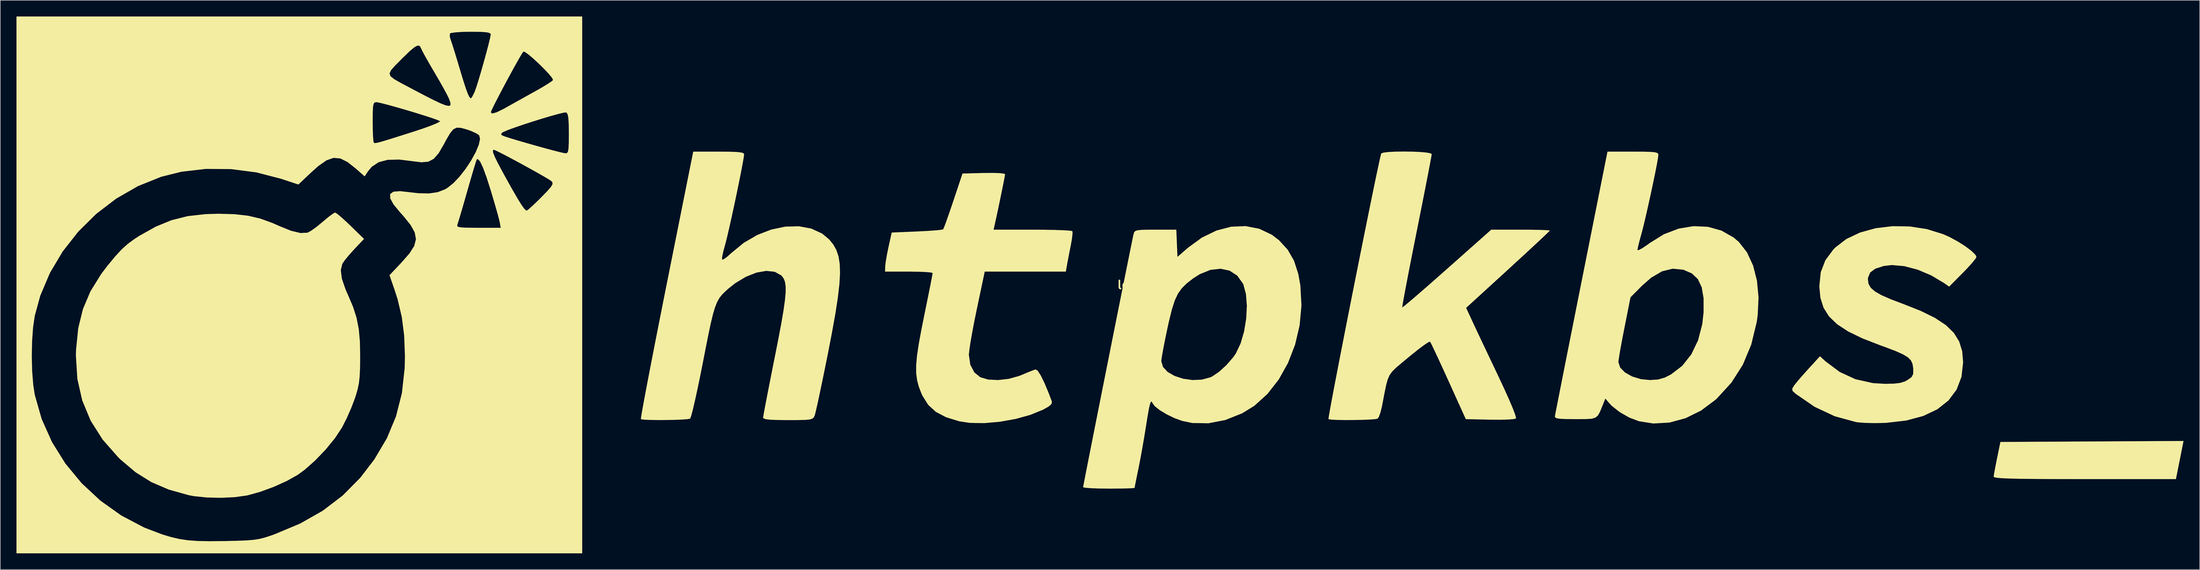
<source format=kicad_pcb>
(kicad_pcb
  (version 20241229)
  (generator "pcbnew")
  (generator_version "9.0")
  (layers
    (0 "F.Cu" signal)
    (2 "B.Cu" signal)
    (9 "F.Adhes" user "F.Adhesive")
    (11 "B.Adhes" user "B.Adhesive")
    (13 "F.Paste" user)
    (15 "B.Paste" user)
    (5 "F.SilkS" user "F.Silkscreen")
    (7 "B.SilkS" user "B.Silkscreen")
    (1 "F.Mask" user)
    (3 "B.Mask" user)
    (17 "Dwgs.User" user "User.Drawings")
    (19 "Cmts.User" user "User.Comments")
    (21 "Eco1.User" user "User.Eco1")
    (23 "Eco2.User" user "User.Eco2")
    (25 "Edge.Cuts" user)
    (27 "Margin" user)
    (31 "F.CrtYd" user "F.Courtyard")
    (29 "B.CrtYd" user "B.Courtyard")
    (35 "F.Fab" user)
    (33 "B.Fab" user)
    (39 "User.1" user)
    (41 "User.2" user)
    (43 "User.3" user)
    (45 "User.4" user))
  (footprint "logo"
    (layer "F.Cu")
    (at 206.38 49.747)
    (property "Reference" "logo" (at 0 0 0) (layer "F.SilkS") (effects (font (size 1.524 1.524) (thickness 0.3))))
    (attr through_hole)
    (fp_poly (pts (xy 193.575 35.983) (xy 176.692 35.983) (xy 172.646 35.98) (xy 169.256 35.968) (xy 166.475 35.947) (xy 164.252 35.915) (xy 162.541 35.871) (xy 161.291 35.814) (xy 160.454 35.742) (xy 159.982 35.655) (xy 159.825 35.551) (xy 159.824 35.542) (xy 159.899 35.013) (xy 160.086 33.982) (xy 160.348 32.638) (xy 160.457 32.103) (xy 161.073 29.104) (xy 178.028 29.013) (xy 194.984 28.921) (xy 193.575 35.983)) (stroke (width 0.01) (type solid)) (fill yes) (layer "F.SilkS"))
    (fp_poly (pts (xy -146.982 -13.173) (xy -146.227 -12.548) (xy -145.224 -11.637) (xy -144.52 -10.964) (xy -142.014 -8.522) (xy -143.801 -6.633) (xy -144.753 -5.578) (xy -145.551 -4.607) (xy -146.026 -3.926) (xy -146.033 -3.912) (xy -146.317 -2.729) (xy -146.11 -1.132) (xy -145.404 0.911) (xy -145.007 1.805) (xy -144.059 4.023) (xy -143.399 6.076) (xy -142.985 8.179) (xy -142.774 10.546) (xy -142.725 13.393) (xy -142.725 13.406) (xy -142.752 15.47) (xy -142.826 17.028) (xy -142.971 18.276) (xy -143.213 19.412) (xy -143.576 20.636) (xy -143.693 20.99) (xy -144.37 22.777) (xy -145.233 24.733) (xy -146.084 26.414) (xy -147.379 28.381) (xy -149.093 30.482) (xy -151.033 32.51) (xy -153.002 34.254) (xy -154.281 35.187) (xy -156.295 36.32) (xy -158.713 37.412) (xy -161.235 38.341) (xy -163.566 38.987) (xy -163.64 39.003) (xy -165.858 39.319) (xy -168.436 39.448) (xy -171.076 39.39) (xy -173.477 39.147) (xy -174.449 38.967) (xy -178.165 37.926) (xy -181.396 36.54) (xy -184.319 34.714) (xy -187.107 32.354) (xy -187.536 31.937) (xy -190.421 28.652) (xy -192.636 25.154) (xy -194.192 21.415) (xy -195.099 17.41) (xy -195.369 13.11) (xy -195.338 11.994) (xy -194.937 8.031) (xy -194.068 4.482) (xy -192.671 1.186) (xy -190.685 -2.019) (xy -189.507 -3.57) (xy -188.086 -5.288) (xy -186.891 -6.58) (xy -185.753 -7.605) (xy -184.503 -8.521) (xy -183.621 -9.09) (xy -180.59 -10.788) (xy -177.671 -11.986) (xy -174.654 -12.743) (xy -171.332 -13.117) (xy -168.981 -13.182) (xy -166.008 -13.102) (xy -163.494 -12.818) (xy -161.212 -12.284) (xy -158.931 -11.454) (xy -157.771 -10.938) (xy -155.541 -10.03) (xy -153.789 -9.611) (xy -152.49 -9.674) (xy -152.42 -9.695) (xy -151.794 -10.038) (xy -150.847 -10.718) (xy -149.774 -11.595) (xy -149.689 -11.669) (xy -148.687 -12.508) (xy -147.87 -13.125) (xy -147.395 -13.401) (xy -147.364 -13.406) (xy -146.982 -13.173)) (stroke (width 0.01) (type solid)) (fill yes) (layer "F.SilkS"))
    (fp_poly (pts (xy 144.273 -10.83) (xy 147.446 -10.339) (xy 150.467 -9.397) (xy 151.704 -8.843) (xy 153.209 -8.023) (xy 154.584 -7.145) (xy 155.699 -6.304) (xy 156.423 -5.599) (xy 156.633 -5.182) (xy 156.398 -4.776) (xy 155.764 -4.003) (xy 154.838 -2.989) (xy 154.103 -2.232) (xy 151.574 0.315) (xy 150.664 -0.327) (xy 148.281 -1.757) (xy 145.763 -2.823) (xy 143.269 -3.481) (xy 140.96 -3.684) (xy 139.476 -3.517) (xy 137.894 -3.005) (xy 136.938 -2.293) (xy 136.544 -1.324) (xy 136.525 -1.004) (xy 136.644 -0.187) (xy 137.052 0.534) (xy 137.83 1.216) (xy 139.057 1.913) (xy 140.811 2.68) (xy 143.051 3.529) (xy 146.32 4.821) (xy 148.938 6.11) (xy 150.961 7.449) (xy 152.44 8.889) (xy 153.431 10.484) (xy 153.987 12.283) (xy 154.16 14.323) (xy 153.857 17.035) (xy 152.949 19.402) (xy 151.455 21.408) (xy 149.393 23.04) (xy 146.781 24.283) (xy 143.638 25.125) (xy 139.981 25.551) (xy 139.524 25.573) (xy 137.795 25.605) (xy 136.127 25.571) (xy 134.779 25.476) (xy 134.323 25.412) (xy 130.389 24.337) (xy 126.658 22.586) (xy 123.142 20.17) (xy 122.574 19.646) (xy 122.518 19.22) (xy 122.865 18.647) (xy 123.369 18.006) (xy 124.201 17.029) (xy 125.209 15.894) (xy 125.547 15.522) (xy 127.649 13.229) (xy 128.647 14.143) (xy 131.308 16.137) (xy 134.237 17.487) (xy 137.462 18.204) (xy 139.7 18.336) (xy 141.355 18.301) (xy 142.511 18.164) (xy 143.373 17.892) (xy 143.865 17.631) (xy 144.614 17.093) (xy 144.919 16.518) (xy 144.933 15.593) (xy 144.923 15.462) (xy 144.803 14.662) (xy 144.512 14.007) (xy 143.958 13.431) (xy 143.048 12.871) (xy 141.69 12.262) (xy 139.789 11.538) (xy 138.781 11.175) (xy 135.496 9.897) (xy 132.861 8.616) (xy 130.821 7.278) (xy 129.323 5.831) (xy 128.313 4.222) (xy 127.736 2.398) (xy 127.539 0.307) (xy 127.538 0.176) (xy 127.805 -2.367) (xy 128.659 -4.578) (xy 130.153 -6.585) (xy 130.462 -6.903) (xy 132.537 -8.501) (xy 135.079 -9.704) (xy 137.965 -10.501) (xy 141.071 -10.88) (xy 144.273 -10.83)) (stroke (width 0.01) (type solid)) (fill yes) (layer "F.SilkS"))
    (fp_poly (pts (xy -24.217 -20.705) (xy -23.451 -20.603) (xy -23.283 -20.501) (xy -23.352 -20.067) (xy -23.538 -19.094) (xy -23.81 -17.736) (xy -24.136 -16.143) (xy -24.486 -14.468) (xy -24.828 -12.862) (xy -25.131 -11.477) (xy -25.233 -11.024) (xy -25.413 -10.231) (xy -18.196 -10.231) (xy -16.012 -10.218) (xy -14.077 -10.182) (xy -12.498 -10.127) (xy -11.384 -10.057) (xy -10.841 -9.976) (xy -10.807 -9.955) (xy -10.786 -9.492) (xy -10.895 -8.549) (xy -11.099 -7.397) (xy -11.384 -5.963) (xy -11.647 -4.595) (xy -11.794 -3.792) (xy -12.026 -2.469) (xy -27.048 -2.469) (xy -28.519 4.498) (xy -28.974 6.729) (xy -29.372 8.822) (xy -29.689 10.643) (xy -29.902 12.057) (xy -29.988 12.931) (xy -29.988 12.982) (xy -29.721 14.797) (xy -28.961 16.226) (xy -27.881 17.104) (xy -26.435 17.54) (xy -24.6 17.638) (xy -22.599 17.411) (xy -20.655 16.869) (xy -20.285 16.721) (xy -19.104 16.228) (xy -18.135 15.841) (xy -17.639 15.66) (xy -17.243 15.898) (xy -16.683 16.756) (xy -15.987 18.174) (xy -15.186 20.094) (xy -14.622 21.587) (xy -14.655 22.024) (xy -15.15 22.496) (xy -16.209 23.098) (xy -16.232 23.109) (xy -18.584 24.074) (xy -21.319 24.832) (xy -24.232 25.352) (xy -27.12 25.607) (xy -29.778 25.569) (xy -31.75 25.273) (xy -34.215 24.511) (xy -36.1 23.522) (xy -37.518 22.222) (xy -38.579 20.532) (xy -38.775 20.101) (xy -39.248 18.873) (xy -39.569 17.669) (xy -39.735 16.382) (xy -39.743 14.907) (xy -39.588 13.14) (xy -39.267 10.975) (xy -38.777 8.309) (xy -38.314 5.997) (xy -37.849 3.719) (xy -37.437 1.674) (xy -37.095 -0.039) (xy -36.846 -1.317) (xy -36.709 -2.061) (xy -36.688 -2.205) (xy -37.019 -2.305) (xy -37.922 -2.388) (xy -39.263 -2.445) (xy -40.908 -2.469) (xy -41.099 -2.469) (xy -45.508 -2.469) (xy -45.475 -3.44) (xy -45.382 -4.258) (xy -45.172 -5.506) (xy -44.886 -6.926) (xy -44.857 -7.056) (xy -44.274 -9.701) (xy -39.609 -9.898) (xy -37.866 -9.985) (xy -36.388 -10.084) (xy -35.314 -10.184) (xy -34.779 -10.274) (xy -34.748 -10.29) (xy -34.573 -10.677) (xy -34.222 -11.613) (xy -33.738 -12.976) (xy -33.164 -14.646) (xy -32.856 -15.562) (xy -31.16 -20.637) (xy -27.222 -20.737) (xy -25.509 -20.752) (xy -24.217 -20.705)) (stroke (width 0.01) (type solid)) (fill yes) (layer "F.SilkS"))
    (fp_poly (pts (xy 94.926 -24.686) (xy 96.246 -24.65) (xy 97.076 -24.574) (xy 97.525 -24.444) (xy 97.7 -24.247) (xy 97.719 -24.105) (xy 97.644 -23.49) (xy 97.435 -22.321) (xy 97.123 -20.73) (xy 96.735 -18.851) (xy 96.301 -16.816) (xy 95.847 -14.757) (xy 95.404 -12.807) (xy 95 -11.1) (xy 94.663 -9.768) (xy 94.548 -9.35) (xy 94.199 -8.079) (xy 93.946 -7.051) (xy 93.84 -6.474) (xy 93.839 -6.453) (xy 94.093 -6.451) (xy 94.771 -6.816) (xy 95.745 -7.475) (xy 96.141 -7.768) (xy 98.749 -9.386) (xy 101.474 -10.425) (xy 104.221 -10.884) (xy 106.898 -10.763) (xy 109.411 -10.059) (xy 111.666 -8.773) (xy 112.637 -7.942) (xy 114.135 -6.023) (xy 115.256 -3.601) (xy 115.975 -0.782) (xy 116.268 2.326) (xy 116.112 5.617) (xy 115.931 6.887) (xy 114.919 11.058) (xy 113.359 14.794) (xy 111.239 18.118) (xy 108.545 21.058) (xy 108.295 21.286) (xy 105.626 23.281) (xy 102.755 24.696) (xy 99.777 25.504) (xy 96.787 25.678) (xy 94.122 25.259) (xy 92.336 24.579) (xy 90.561 23.57) (xy 89.087 22.405) (xy 88.664 21.957) (xy 87.899 21.051) (xy 87.345 22.432) (xy 86.919 23.477) (xy 86.543 24.171) (xy 86.07 24.586) (xy 85.351 24.793) (xy 84.241 24.864) (xy 82.59 24.871) (xy 82.335 24.871) (xy 80.618 24.856) (xy 79.494 24.803) (xy 78.854 24.694) (xy 78.586 24.515) (xy 78.561 24.342) (xy 78.64 23.915) (xy 78.845 22.854) (xy 79.167 21.214) (xy 79.593 19.054) (xy 80.111 16.429) (xy 80.53 14.314) (xy 90.311 14.314) (xy 90.641 15.318) (xy 91.537 16.231) (xy 92.862 16.974) (xy 94.476 17.467) (xy 96.132 17.633) (xy 97.659 17.537) (xy 98.92 17.174) (xy 100.058 16.595) (xy 102.142 15.001) (xy 103.826 12.87) (xy 105.076 10.27) (xy 105.856 7.268) (xy 106.098 5.081) (xy 106.098 2.479) (xy 105.755 0.449) (xy 105.041 -1.068) (xy 103.928 -2.132) (xy 102.386 -2.8) (xy 102.324 -2.817) (xy 100.367 -3.009) (xy 98.398 -2.524) (xy 96.397 -1.353) (xy 94.725 0.115) (xy 92.556 2.293) (xy 91.433 7.938) (xy 91.053 9.895) (xy 90.727 11.651) (xy 90.481 13.071) (xy 90.338 14.02) (xy 90.311 14.314) (xy 80.53 14.314) (xy 80.712 13.397) (xy 81.383 10.015) (xy 82.114 6.34) (xy 82.892 2.428) (xy 83.464 -0.441) (xy 88.299 -24.694) (xy 93.009 -24.694) (xy 94.926 -24.686)) (stroke (width 0.01) (type solid)) (fill yes) (layer "F.SilkS"))
    (fp_poly (pts (xy 52.165 -24.692) (xy 53.615 -24.626) (xy 54.796 -24.52) (xy 55.549 -24.376) (xy 55.739 -24.243) (xy 55.672 -23.808) (xy 55.479 -22.758) (xy 55.177 -21.169) (xy 54.78 -19.116) (xy 54.302 -16.676) (xy 53.758 -13.926) (xy 53.164 -10.941) (xy 52.949 -9.867) (xy 52.345 -6.834) (xy 51.791 -4.023) (xy 51.303 -1.508) (xy 50.893 0.638) (xy 50.576 2.342) (xy 50.366 3.528) (xy 50.278 4.123) (xy 50.278 4.179) (xy 50.561 3.984) (xy 51.305 3.375) (xy 52.447 2.406) (xy 53.922 1.132) (xy 55.665 -0.39) (xy 57.612 -2.105) (xy 58.582 -2.965) (xy 66.767 -10.231) (xy 72.189 -10.231) (xy 74.055 -10.221) (xy 75.643 -10.195) (xy 76.834 -10.155) (xy 77.506 -10.105) (xy 77.611 -10.074) (xy 77.361 -9.806) (xy 76.653 -9.123) (xy 75.551 -8.085) (xy 74.12 -6.752) (xy 72.423 -5.184) (xy 70.525 -3.44) (xy 69.863 -2.834) (xy 62.114 4.25) (xy 63.293 6.799) (xy 63.792 7.869) (xy 64.533 9.444) (xy 65.454 11.392) (xy 66.492 13.581) (xy 67.584 15.881) (xy 68.066 16.893) (xy 69.162 19.234) (xy 70.069 21.253) (xy 70.757 22.878) (xy 71.197 24.04) (xy 71.36 24.668) (xy 71.344 24.753) (xy 70.888 24.865) (xy 69.873 24.944) (xy 68.443 24.982) (xy 66.743 24.974) (xy 66.541 24.97) (xy 62.055 24.871) (xy 58.862 17.815) (xy 57.919 15.743) (xy 57.065 13.889) (xy 56.346 12.349) (xy 55.806 11.219) (xy 55.49 10.596) (xy 55.436 10.509) (xy 55.097 10.632) (xy 54.328 11.141) (xy 53.232 11.962) (xy 51.911 13.019) (xy 51.441 13.409) (xy 50.103 14.518) (xy 49.119 15.353) (xy 48.417 16.049) (xy 47.924 16.741) (xy 47.568 17.563) (xy 47.276 18.649) (xy 46.974 20.133) (xy 46.591 22.15) (xy 46.526 22.49) (xy 46.248 23.629) (xy 45.939 24.473) (xy 45.732 24.777) (xy 45.252 24.873) (xy 44.25 24.949) (xy 42.894 25.003) (xy 41.352 25.034) (xy 39.792 25.041) (xy 38.382 25.02) (xy 37.291 24.972) (xy 36.686 24.894) (xy 36.624 24.865) (xy 36.664 24.502) (xy 36.83 23.514) (xy 37.11 21.97) (xy 37.491 19.936) (xy 37.96 17.48) (xy 38.502 14.67) (xy 39.104 11.572) (xy 39.754 8.253) (xy 40.437 4.782) (xy 41.141 1.225) (xy 41.852 -2.35) (xy 42.556 -5.876) (xy 43.241 -9.286) (xy 43.892 -12.512) (xy 44.498 -15.487) (xy 45.043 -18.143) (xy 45.515 -20.415) (xy 45.901 -22.233) (xy 46.187 -23.531) (xy 46.359 -24.241) (xy 46.397 -24.352) (xy 46.826 -24.515) (xy 47.775 -24.629) (xy 49.087 -24.695) (xy 50.603 -24.715) (xy 52.165 -24.692)) (stroke (width 0.01) (type solid)) (fill yes) (layer "F.SilkS"))
    (fp_poly (pts (xy -74.334 -24.679) (xy -72.958 -24.627) (xy -72.108 -24.53) (xy -71.693 -24.378) (xy -71.614 -24.229) (xy -71.687 -23.623) (xy -71.891 -22.453) (xy -72.198 -20.844) (xy -72.582 -18.92) (xy -73.018 -16.805) (xy -73.479 -14.624) (xy -73.939 -12.502) (xy -74.373 -10.561) (xy -74.753 -8.928) (xy -75.054 -7.726) (xy -75.159 -7.352) (xy -75.491 -6.121) (xy -75.684 -5.17) (xy -75.701 -4.682) (xy -75.688 -4.663) (xy -75.347 -4.774) (xy -74.674 -5.277) (xy -73.988 -5.897) (xy -71.681 -7.79) (xy -69.18 -9.246) (xy -66.582 -10.253) (xy -63.984 -10.797) (xy -61.484 -10.863) (xy -59.18 -10.44) (xy -57.169 -9.513) (xy -55.844 -8.408) (xy -55.104 -7.496) (xy -54.534 -6.484) (xy -54.135 -5.306) (xy -53.907 -3.896) (xy -53.851 -2.189) (xy -53.967 -0.119) (xy -54.257 2.379) (xy -54.72 5.373) (xy -55.359 8.926) (xy -56.056 12.524) (xy -56.602 15.242) (xy -57.118 17.764) (xy -57.586 20) (xy -57.987 21.858) (xy -58.3 23.248) (xy -58.507 24.08) (xy -58.563 24.253) (xy -58.733 24.577) (xy -58.999 24.799) (xy -59.484 24.937) (xy -60.308 25.011) (xy -61.594 25.041) (xy -63.462 25.047) (xy -63.492 25.047) (xy -65.466 25.031) (xy -66.822 24.975) (xy -67.649 24.871) (xy -68.032 24.712) (xy -68.086 24.59) (xy -68.019 24.14) (xy -67.829 23.088) (xy -67.532 21.522) (xy -67.147 19.531) (xy -66.69 17.203) (xy -66.179 14.627) (xy -65.969 13.582) (xy -65.269 10.041) (xy -64.719 7.121) (xy -64.314 4.754) (xy -64.049 2.87) (xy -63.917 1.404) (xy -63.914 0.287) (xy -64.034 -0.55) (xy -64.271 -1.173) (xy -64.621 -1.651) (xy -64.741 -1.77) (xy -65.944 -2.438) (xy -67.504 -2.602) (xy -69.312 -2.289) (xy -71.259 -1.524) (xy -73.236 -0.335) (xy -74.347 0.535) (xy -75.08 1.176) (xy -75.681 1.773) (xy -76.181 2.409) (xy -76.61 3.17) (xy -76.998 4.139) (xy -77.376 5.403) (xy -77.773 7.044) (xy -78.221 9.148) (xy -78.748 11.799) (xy -79.198 14.111) (xy -79.717 16.733) (xy -80.214 19.13) (xy -80.668 21.214) (xy -81.059 22.897) (xy -81.367 24.093) (xy -81.574 24.713) (xy -81.618 24.777) (xy -82.098 24.873) (xy -83.101 24.949) (xy -84.457 25.003) (xy -86 25.034) (xy -87.56 25.041) (xy -88.97 25.021) (xy -90.061 24.973) (xy -90.666 24.895) (xy -90.728 24.866) (xy -90.69 24.499) (xy -90.524 23.495) (xy -90.238 21.911) (xy -89.845 19.801) (xy -89.355 17.221) (xy -88.778 14.226) (xy -88.124 10.871) (xy -87.405 7.212) (xy -86.631 3.304) (xy -85.972 -0.005) (xy -81.034 -24.694) (xy -76.324 -24.694) (xy -74.334 -24.679)) (stroke (width 0.01) (type solid)) (fill yes) (layer "F.SilkS"))
    (fp_poly (pts (xy 23.801 -10.398) (xy 26.133 -9.289) (xy 27.459 -8.275) (xy 29.068 -6.516) (xy 30.237 -4.474) (xy 31.031 -2.012) (xy 31.408 0.107) (xy 31.612 3.814) (xy 31.271 7.503) (xy 30.429 11.081) (xy 29.126 14.452) (xy 27.408 17.524) (xy 25.314 20.204) (xy 22.89 22.396) (xy 20.657 23.778) (xy 17.519 25.027) (xy 14.411 25.634) (xy 11.406 25.589) (xy 9.501 25.192) (xy 8.087 24.675) (xy 6.657 23.982) (xy 5.39 23.218) (xy 4.464 22.488) (xy 4.08 21.981) (xy 3.9 21.635) (xy 3.731 21.648) (xy 3.552 22.092) (xy 3.341 23.038) (xy 3.076 24.557) (xy 2.824 26.149) (xy 2.478 28.273) (xy 2.079 30.566) (xy 1.682 32.71) (xy 1.427 33.994) (xy 1.124 35.468) (xy 0.884 36.661) (xy 0.737 37.42) (xy 0.706 37.61) (xy 0.374 37.66) (xy -0.534 37.702) (xy -1.891 37.732) (xy -3.568 37.746) (xy -4.057 37.747) (xy -5.798 37.728) (xy -7.253 37.676) (xy -8.295 37.599) (xy -8.794 37.503) (xy -8.819 37.475) (xy -8.752 37.098) (xy -8.56 36.098) (xy -8.257 34.544) (xy -7.857 32.507) (xy -7.373 30.054) (xy -6.819 27.256) (xy -6.209 24.181) (xy -5.557 20.899) (xy -4.877 17.479) (xy -4.211 14.138) (xy 5.653 14.138) (xy 5.968 15.211) (xy 6.841 16.139) (xy 8.135 16.88) (xy 9.709 17.391) (xy 11.425 17.632) (xy 13.144 17.56) (xy 14.727 17.135) (xy 15.095 16.963) (xy 16.366 16.101) (xy 17.731 14.85) (xy 18.951 13.443) (xy 19.482 12.676) (xy 20.354 10.835) (xy 20.996 8.624) (xy 21.387 6.237) (xy 21.51 3.866) (xy 21.343 1.706) (xy 20.869 -0.05) (xy 20.778 -0.251) (xy 19.721 -1.728) (xy 18.305 -2.648) (xy 16.615 -3.004) (xy 14.739 -2.785) (xy 12.762 -1.983) (xy 11.588 -1.236) (xy 10.39 -0.305) (xy 9.464 0.602) (xy 8.741 1.618) (xy 8.151 2.874) (xy 7.626 4.501) (xy 7.098 6.632) (xy 6.821 7.882) (xy 6.417 9.803) (xy 6.073 11.542) (xy 5.816 12.954) (xy 5.673 13.893) (xy 5.653 14.138) (xy -4.211 14.138) (xy -4.182 13.989) (xy -3.486 10.501) (xy -2.803 7.081) (xy -2.147 3.8) (xy -1.532 0.727) (xy -0.971 -2.068) (xy -0.478 -4.518) (xy -0.066 -6.552) (xy 0.249 -8.101) (xy 0.455 -9.096) (xy 0.529 -9.437) (xy 0.647 -9.785) (xy 0.89 -10.013) (xy 1.386 -10.146) (xy 2.265 -10.21) (xy 3.655 -10.229) (xy 4.577 -10.231) (xy 8.436 -10.231) (xy 8.539 -7.709) (xy 8.643 -5.187) (xy 10.583 -6.869) (xy 13.18 -8.764) (xy 15.877 -10.071) (xy 18.597 -10.783) (xy 21.263 -10.894) (xy 23.801 -10.398)) (stroke (width 0.01) (type solid)) (fill yes) (layer "F.SilkS"))
    (fp_poly (pts (xy -101.6 49.742) (xy -206.375 49.742) (xy -206.375 13.271) (xy -203.548 13.271) (xy -203.474 16.061) (xy -203.27 18.593) (xy -202.999 20.348) (xy -201.717 24.849) (xy -199.804 29.123) (xy -197.317 33.11) (xy -194.31 36.749) (xy -190.841 39.978) (xy -186.964 42.736) (xy -182.735 44.962) (xy -179.398 46.236) (xy -177.761 46.727) (xy -176.236 47.083) (xy -174.668 47.319) (xy -172.897 47.453) (xy -170.767 47.5) (xy -168.119 47.477) (xy -167.569 47.467) (xy -165.369 47.415) (xy -163.712 47.348) (xy -162.436 47.241) (xy -161.381 47.073) (xy -160.383 46.822) (xy -159.282 46.463) (xy -158.574 46.213) (xy -153.835 44.228) (xy -149.65 41.851) (xy -145.956 39.034) (xy -142.692 35.732) (xy -140.097 32.345) (xy -137.772 28.42) (xy -136.078 24.35) (xy -134.987 20.045) (xy -134.475 15.413) (xy -134.425 13.229) (xy -134.568 9.383) (xy -135.007 5.949) (xy -135.779 2.685) (xy -136.333 0.953) (xy -137.285 -1.797) (xy -134.983 -4.237) (xy -133.579 -5.845) (xy -132.713 -7.212) (xy -132.388 -8.461) (xy -132.609 -9.719) (xy -133.285 -10.937) (xy -124.764 -10.937) (xy -124.595 -10.762) (xy -124.097 -10.656) (xy -123.161 -10.603) (xy -121.676 -10.585) (xy -120.824 -10.583) (xy -116.689 -10.583) (xy -116.856 -11.553) (xy -117.016 -12.233) (xy -117.342 -13.437) (xy -117.792 -15.012) (xy -118.323 -16.809) (xy -118.52 -17.462) (xy -119.311 -19.943) (xy -119.971 -21.741) (xy -120.505 -22.864) (xy -120.918 -23.322) (xy -121.126 -23.262) (xy -121.264 -22.888) (xy -121.557 -21.949) (xy -121.972 -20.563) (xy -122.472 -18.844) (xy -122.867 -17.462) (xy -123.418 -15.533) (xy -123.918 -13.81) (xy -124.329 -12.422) (xy -124.612 -11.498) (xy -124.713 -11.201) (xy -124.764 -10.937) (xy -133.285 -10.937) (xy -133.38 -11.11) (xy -134.707 -12.758) (xy -135.315 -13.432) (xy -136.541 -14.92) (xy -137.157 -16.056) (xy -137.162 -16.84) (xy -136.557 -17.276) (xy -135.339 -17.366) (xy -134.408 -17.268) (xy -131.904 -16.981) (xy -129.927 -16.95) (xy -128.343 -17.187) (xy -127.017 -17.703) (xy -126.583 -17.957) (xy -125.453 -18.856) (xy -124.287 -20.093) (xy -123.16 -21.545) (xy -122.144 -23.09) (xy -121.316 -24.605) (xy -121.181 -24.926) (xy -118.148 -24.926) (xy -118.104 -24.516) (xy -117.8 -23.745) (xy -117.206 -22.542) (xy -116.294 -20.833) (xy -115.822 -19.973) (xy -114.563 -17.717) (xy -113.589 -16.029) (xy -112.862 -14.853) (xy -112.345 -14.127) (xy -112.001 -13.795) (xy -111.885 -13.758) (xy -111.546 -13.993) (xy -110.834 -14.626) (xy -109.868 -15.549) (xy -109.186 -16.226) (xy -108.067 -17.377) (xy -107.393 -18.152) (xy -107.094 -18.656) (xy -107.101 -18.998) (xy -107.255 -19.201) (xy -107.699 -19.506) (xy -108.622 -20.057) (xy -109.896 -20.786) (xy -111.394 -21.623) (xy -112.989 -22.498) (xy -114.553 -23.342) (xy -115.96 -24.085) (xy -117.082 -24.658) (xy -117.792 -24.991) (xy -117.964 -25.047) (xy -118.148 -24.926) (xy -121.181 -24.926) (xy -120.747 -25.967) (xy -120.514 -27.053) (xy -120.676 -27.724) (xy -120.984 -27.934) (xy -116.652 -27.934) (xy -116.412 -27.69) (xy -115.919 -27.498) (xy -114.888 -27.167) (xy -113.464 -26.737) (xy -111.793 -26.251) (xy -110.018 -25.748) (xy -108.286 -25.27) (xy -106.741 -24.857) (xy -105.527 -24.551) (xy -104.789 -24.392) (xy -104.687 -24.38) (xy -104.41 -24.431) (xy -104.231 -24.706) (xy -104.127 -25.326) (xy -104.08 -26.411) (xy -104.069 -28.057) (xy -104.09 -29.798) (xy -104.161 -30.949) (xy -104.299 -31.623) (xy -104.517 -31.936) (xy -104.587 -31.971) (xy -105.051 -31.921) (xy -106.044 -31.681) (xy -107.426 -31.296) (xy -109.061 -30.809) (xy -110.811 -30.262) (xy -112.537 -29.699) (xy -114.102 -29.165) (xy -115.368 -28.702) (xy -116.196 -28.353) (xy -116.366 -28.261) (xy -116.652 -27.934) (xy -120.984 -27.934) (xy -121.224 -28.097) (xy -122.199 -28.535) (xy -122.963 -28.804) (xy -124.028 -29.101) (xy -124.81 -29.149) (xy -125.438 -28.861) (xy -126.042 -28.154) (xy -126.754 -26.944) (xy -127.236 -26.039) (xy -128.187 -24.41) (xy -129.091 -23.373) (xy -130.1 -22.84) (xy -131.367 -22.726) (xy -132.801 -22.901) (xy -135.476 -23.233) (xy -137.618 -23.185) (xy -139.296 -22.743) (xy -140.583 -21.889) (xy -141.307 -21.011) (xy -141.893 -20.116) (xy -143.531 -21.562) (xy -145.061 -22.771) (xy -146.392 -23.435) (xy -147.646 -23.547) (xy -148.948 -23.096) (xy -150.422 -22.072) (xy -151.709 -20.928) (xy -154.167 -18.609) (xy -157.429 -19.685) (xy -161.952 -20.856) (xy -166.624 -21.462) (xy -171.3 -21.502) (xy -175.835 -20.974) (xy -179.564 -20.046) (xy -183.858 -18.321) (xy -187.895 -16.002) (xy -191.611 -13.162) (xy -194.942 -9.869) (xy -197.823 -6.196) (xy -200.191 -2.212) (xy -201.98 2.011) (xy -202.994 5.718) (xy -203.308 7.863) (xy -203.492 10.459) (xy -203.548 13.271) (xy -206.375 13.271) (xy -206.375 -30.221) (xy -140.406 -30.221) (xy -140.387 -28.687) (xy -140.337 -27.429) (xy -140.264 -26.606) (xy -140.203 -26.373) (xy -140.102 -26.3) (xy -139.923 -26.278) (xy -139.578 -26.332) (xy -138.98 -26.484) (xy -138.042 -26.759) (xy -136.675 -27.181) (xy -134.793 -27.775) (xy -132.87 -28.384) (xy -131.103 -28.969) (xy -129.629 -29.502) (xy -128.554 -29.941) (xy -127.985 -30.245) (xy -127.931 -30.346) (xy -128.371 -30.553) (xy -129.353 -30.903) (xy -130.733 -31.354) (xy -132.373 -31.865) (xy -132.723 -31.971) (xy -118.533 -31.971) (xy -118.26 -31.757) (xy -117.445 -31.983) (xy -116.098 -32.646) (xy -115.711 -32.862) (xy -114.544 -33.518) (xy -113.004 -34.378) (xy -111.336 -35.305) (xy -110.436 -35.803) (xy -109.067 -36.583) (xy -107.949 -37.263) (xy -107.215 -37.76) (xy -106.995 -37.968) (xy -107.175 -38.363) (xy -107.759 -39.081) (xy -108.617 -39.998) (xy -109.62 -40.99) (xy -110.639 -41.932) (xy -111.546 -42.701) (xy -112.21 -43.171) (xy -112.482 -43.249) (xy -112.74 -42.889) (xy -113.253 -42.026) (xy -113.955 -40.785) (xy -114.779 -39.29) (xy -115.657 -37.666) (xy -116.524 -36.037) (xy -117.311 -34.528) (xy -117.954 -33.263) (xy -118.383 -32.368) (xy -118.533 -31.971) (xy -132.723 -31.971) (xy -134.132 -32.394) (xy -135.869 -32.898) (xy -137.444 -33.336) (xy -138.715 -33.666) (xy -139.543 -33.846) (xy -139.734 -33.867) (xy -140.036 -33.812) (xy -140.231 -33.563) (xy -140.343 -32.996) (xy -140.393 -31.985) (xy -140.405 -30.406) (xy -140.406 -30.221) (xy -206.375 -30.221) (xy -206.375 -39.202) (xy -137.284 -39.202) (xy -137.105 -38.674) (xy -136.42 -38.12) (xy -135.195 -37.424) (xy -133.584 -36.572) (xy -131.118 -35.27) (xy -129.211 -34.294) (xy -127.803 -33.627) (xy -126.837 -33.255) (xy -126.254 -33.159) (xy -125.995 -33.325) (xy -126.001 -33.736) (xy -126.215 -34.376) (xy -126.291 -34.564) (xy -126.646 -35.29) (xy -127.278 -36.457) (xy -128.095 -37.902) (xy -128.992 -39.434) (xy -129.873 -40.938) (xy -130.626 -42.264) (xy -131.172 -43.272) (xy -131.434 -43.823) (xy -131.437 -43.833) (xy -131.675 -44.277) (xy -132.053 -44.37) (xy -132.649 -44.068) (xy -133.539 -43.329) (xy -134.8 -42.109) (xy -135.123 -41.784) (xy -136.259 -40.642) (xy -136.99 -39.82) (xy -137.284 -39.202) (xy -206.375 -39.202) (xy -206.375 -46.047) (xy -126.136 -46.047) (xy -125.97 -45.447) (xy -125.746 -44.804) (xy -125.375 -43.644) (xy -124.907 -42.123) (xy -124.392 -40.401) (xy -124.337 -40.217) (xy -123.678 -38.025) (xy -123.167 -36.441) (xy -122.777 -35.388) (xy -122.478 -34.792) (xy -122.243 -34.576) (xy -122.207 -34.572) (xy -121.969 -34.864) (xy -121.604 -35.589) (xy -121.495 -35.841) (xy -121.208 -36.642) (xy -120.811 -37.9) (xy -120.347 -39.458) (xy -119.86 -41.164) (xy -119.392 -42.86) (xy -118.988 -44.393) (xy -118.69 -45.606) (xy -118.542 -46.346) (xy -118.533 -46.45) (xy -118.702 -46.671) (xy -119.273 -46.815) (xy -120.343 -46.893) (xy -122.011 -46.919) (xy -122.217 -46.919) (xy -123.759 -46.89) (xy -125.025 -46.81) (xy -125.858 -46.694) (xy -126.102 -46.593) (xy -126.136 -46.047) (xy -206.375 -46.047) (xy -206.375 -49.742) (xy -101.6 -49.742) (xy -101.6 49.742)) (stroke (width 0.01) (type solid)) (fill yes) (layer "F.SilkS")))
  (gr_rect
    (start -3 -3)
    (end 404.369 102.493)
    (stroke (width 0.1) (type default))
    (fill no)
    (layer "Edge.Cuts")))
</source>
